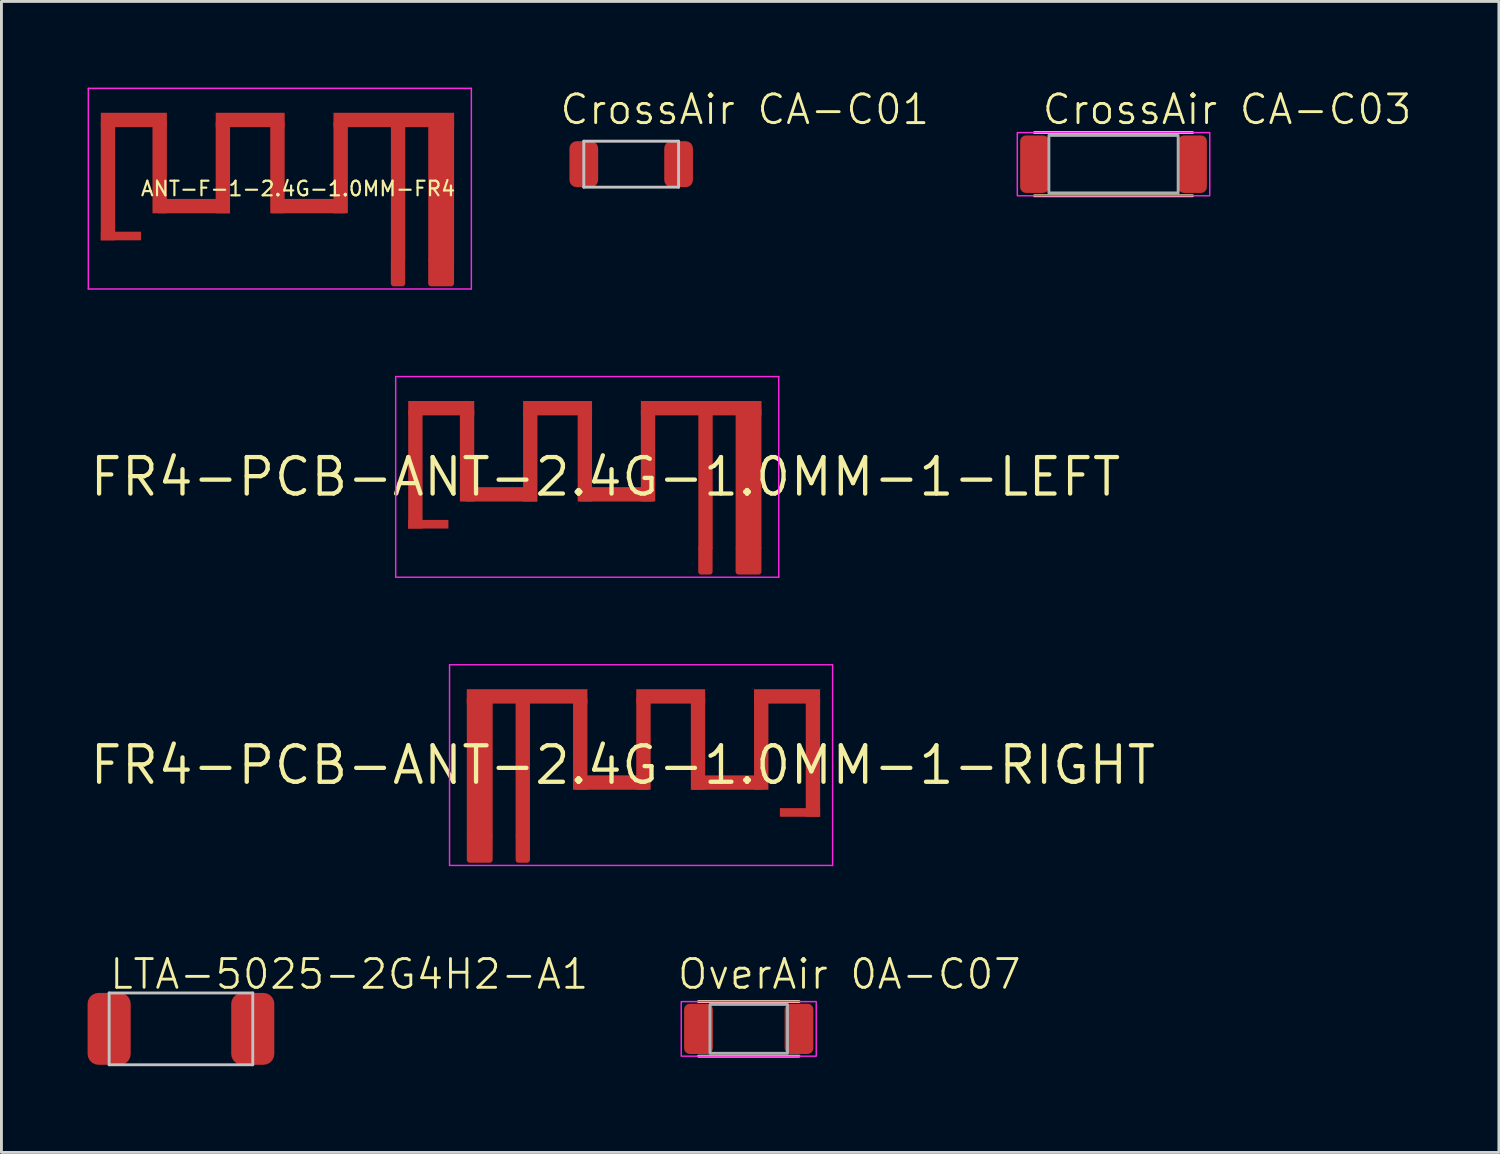
<source format=kicad_pcb>
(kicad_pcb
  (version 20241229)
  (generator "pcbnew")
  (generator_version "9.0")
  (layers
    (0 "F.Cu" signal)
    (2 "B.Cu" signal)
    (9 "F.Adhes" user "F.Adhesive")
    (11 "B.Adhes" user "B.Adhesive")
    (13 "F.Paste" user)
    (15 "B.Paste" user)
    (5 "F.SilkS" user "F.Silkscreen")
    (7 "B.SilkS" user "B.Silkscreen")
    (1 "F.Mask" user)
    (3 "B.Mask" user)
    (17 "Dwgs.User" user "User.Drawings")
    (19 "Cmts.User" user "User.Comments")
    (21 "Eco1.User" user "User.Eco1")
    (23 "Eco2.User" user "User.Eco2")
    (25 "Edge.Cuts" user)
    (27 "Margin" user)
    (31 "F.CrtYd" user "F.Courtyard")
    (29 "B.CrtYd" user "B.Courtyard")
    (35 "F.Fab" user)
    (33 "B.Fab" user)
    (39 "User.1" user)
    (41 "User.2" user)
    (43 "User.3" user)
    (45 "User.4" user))
  (footprint "ANT-F-1-2.4G-1.0MM-FR4"
    (layer "F.Cu")
    (at 6.692 3.518)
    (property "Reference" "ANT-F-1-2.4G-1.0MM-FR4" (at 0.635 0 180) (layer "F.SilkS") (effects (font (size 0.508 0.508) (thickness 0.076))))
    (attr exclude_from_pos_files allow_soldermask_bridges)
    (fp_poly (pts (xy -5.733 -2.322) (xy -6.233 -2.322) (xy -6.233 1.798) (xy -5.733 1.798)) (stroke (width 0) (type solid)) (fill yes) (layer "F.Cu"))
    (fp_poly (pts (xy -4.833 1.498) (xy -6.233 1.498) (xy -6.233 1.798) (xy -4.833 1.798)) (stroke (width 0) (type solid)) (fill yes) (layer "F.Cu"))
    (fp_poly (pts (xy -3.933 -2.322) (xy -4.433 -2.322) (xy -4.433 0.858) (xy -3.933 0.858)) (stroke (width 0) (type solid)) (fill yes) (layer "F.Cu"))
    (fp_poly (pts (xy -3.932 -2.642) (xy -6.232 -2.642) (xy -6.232 -2.142) (xy -3.932 -2.142)) (stroke (width 0) (type solid)) (fill yes) (layer "F.Cu"))
    (fp_poly (pts (xy -1.747 0.358) (xy -4.236 0.358) (xy -4.236 0.858) (xy -1.747 0.858)) (stroke (width 0) (type solid)) (fill yes) (layer "F.Cu"))
    (fp_poly (pts (xy -1.733 -2.322) (xy -2.233 -2.322) (xy -2.233 0.858) (xy -1.733 0.858)) (stroke (width 0) (type solid)) (fill yes) (layer "F.Cu"))
    (fp_poly (pts (xy 0.168 -2.322) (xy -0.333 -2.322) (xy -0.333 0.857) (xy 0.168 0.857)) (stroke (width 0) (type solid)) (fill yes) (layer "F.Cu"))
    (fp_poly (pts (xy 0.168 -2.642) (xy -2.232 -2.642) (xy -2.232 -2.142) (xy 0.168 -2.142)) (stroke (width 0) (type solid)) (fill yes) (layer "F.Cu"))
    (fp_poly (pts (xy 2.277 0.357) (xy -0.263 0.357) (xy -0.263 0.858) (xy 2.277 0.858)) (stroke (width 0) (type solid)) (fill yes) (layer "F.Cu"))
    (fp_poly (pts (xy 2.368 -2.322) (xy 1.868 -2.322) (xy 1.868 0.858) (xy 2.368 0.858)) (stroke (width 0) (type solid)) (fill yes) (layer "F.Cu"))
    (fp_poly (pts (xy 4.368 -2.373) (xy 3.868 -2.373) (xy 3.868 2.507) (xy 4.368 2.507)) (stroke (width 0) (type solid)) (fill yes) (layer "F.Cu"))
    (fp_poly (pts (xy 6.067 -2.348) (xy 5.167 -2.348) (xy 5.167 2.507) (xy 6.067 2.507)) (stroke (width 0) (type solid)) (fill yes) (layer "F.Cu"))
    (fp_poly (pts (xy 6.068 -2.642) (xy 1.868 -2.642) (xy 1.868 -2.142) (xy 6.068 -2.142)) (stroke (width 0) (type solid)) (fill yes) (layer "F.Cu"))
    (fp_poly (pts (xy -5.733 -2.322) (xy -6.232 -2.322) (xy -6.232 1.798) (xy -5.733 1.798)) (stroke (width 0) (type solid)) (fill yes) (layer "F.Mask"))
    (fp_poly (pts (xy -4.833 1.498) (xy -6.233 1.498) (xy -6.233 1.798) (xy -4.833 1.798)) (stroke (width 0) (type solid)) (fill yes) (layer "F.Mask"))
    (fp_poly (pts (xy -3.933 -2.322) (xy -4.433 -2.322) (xy -4.433 0.858) (xy -3.933 0.858)) (stroke (width 0) (type solid)) (fill yes) (layer "F.Mask"))
    (fp_poly (pts (xy -3.932 -2.642) (xy -6.232 -2.642) (xy -6.232 -2.142) (xy -3.932 -2.142)) (stroke (width 0) (type solid)) (fill yes) (layer "F.Mask"))
    (fp_poly (pts (xy -1.747 0.358) (xy -4.236 0.358) (xy -4.236 0.858) (xy -1.747 0.858)) (stroke (width 0) (type solid)) (fill yes) (layer "F.Mask"))
    (fp_poly (pts (xy -1.733 -2.322) (xy -2.233 -2.322) (xy -2.233 0.858) (xy -1.733 0.858)) (stroke (width 0) (type solid)) (fill yes) (layer "F.Mask"))
    (fp_poly (pts (xy 0.168 -2.322) (xy -0.332 -2.322) (xy -0.332 0.858) (xy 0.168 0.858)) (stroke (width 0) (type solid)) (fill yes) (layer "F.Mask"))
    (fp_poly (pts (xy 0.168 -2.642) (xy -2.232 -2.642) (xy -2.232 -2.142) (xy 0.168 -2.142)) (stroke (width 0) (type solid)) (fill yes) (layer "F.Mask"))
    (fp_poly (pts (xy 2.277 0.357) (xy -0.263 0.357) (xy -0.263 0.858) (xy 2.277 0.858)) (stroke (width 0) (type solid)) (fill yes) (layer "F.Mask"))
    (fp_poly (pts (xy 2.368 -2.322) (xy 1.868 -2.322) (xy 1.868 0.857) (xy 2.368 0.857)) (stroke (width 0) (type solid)) (fill yes) (layer "F.Mask"))
    (fp_poly (pts (xy 4.368 -2.373) (xy 3.868 -2.373) (xy 3.868 2.507) (xy 4.368 2.507)) (stroke (width 0) (type solid)) (fill yes) (layer "F.Mask"))
    (fp_poly (pts (xy 6.067 -2.348) (xy 5.167 -2.348) (xy 5.167 2.507) (xy 6.067 2.507)) (stroke (width 0) (type solid)) (fill yes) (layer "F.Mask"))
    (fp_poly (pts (xy 6.068 -2.642) (xy 1.868 -2.642) (xy 1.868 -2.142) (xy 6.068 -2.142)) (stroke (width 0) (type solid)) (fill yes) (layer "F.Mask"))
    (fp_line (start -6.668 -3.493) (end -6.668 3.493) (stroke (width 0.05) (type solid)) (layer "F.CrtYd"))
    (fp_line (start -6.668 3.493) (end 6.668 3.493) (stroke (width 0.05) (type solid)) (layer "F.CrtYd"))
    (fp_line (start 6.668 -3.493) (end -6.668 -3.493) (stroke (width 0.05) (type solid)) (layer "F.CrtYd"))
    (fp_line (start 6.668 3.493) (end 6.668 -3.493) (stroke (width 0.05) (type solid)) (layer "F.CrtYd"))
    (pad "1" smd roundrect (at 4.115 2.9 180) (size 0.5 1) (layers "F.Cu" "F.Mask" "F.Paste") (roundrect_rratio 0.2))
    (pad "2" smd roundrect (at 5.616 2.9 180) (size 0.9 1) (layers "F.Cu" "F.Mask" "F.Paste") (roundrect_rratio 0.111)))
  (footprint "LTA-5025-2G4H2-A1"
    (layer "F.Cu")
    (at 3.25 32.77)
    (property "Reference" "LTA-5025-2G4H2-A1" (at -2.54 -1.905 0) (unlocked yes) (layer "F.SilkS") (effects (font (size 1 1) (thickness 0.1)) (justify left)))
    (attr smd)
    (fp_line (start -2.5 -1.25) (end -2.5 1.25) (stroke (width 0.1) (type default)) (layer "Dwgs.User"))
    (fp_line (start -2.5 1.25) (end 2.5 1.25) (stroke (width 0.1) (type default)) (layer "Dwgs.User"))
    (fp_line (start 2.5 -1.25) (end -2.5 -1.25) (stroke (width 0.1) (type default)) (layer "Dwgs.User"))
    (fp_line (start 2.5 1.25) (end 2.5 -1.25) (stroke (width 0.1) (type default)) (layer "Dwgs.User"))
    (pad "1" smd roundrect (at -2.5 0 180) (size 1.5 2.5) (layers "F.Cu" "F.Mask" "F.Paste") (roundrect_rratio 0.25))
    (pad "2" smd roundrect (at 2.5 0) (size 1.5 2.5) (layers "F.Cu" "F.Mask" "F.Paste") (roundrect_rratio 0.25)))
  (footprint "FR4-PCB-ANT-2.4G-1.0MM-1-LEFT"
    (layer "F.Cu")
    (at 17.394 13.553)
    (property "Reference" "FR4-PCB-ANT-2.4G-1.0MM-1-LEFT" (at 0.635 0 0) (layer "F.SilkS") (effects (font (size 1.27 1.27) (thickness 0.15))))
    (attr exclude_from_pos_files exclude_from_bom allow_soldermask_bridges)
    (fp_poly (pts (xy -5.733 -2.322) (xy -6.233 -2.322) (xy -6.233 1.798) (xy -5.733 1.798)) (stroke (width 0) (type solid)) (fill yes) (layer "F.Cu"))
    (fp_poly (pts (xy -4.833 1.498) (xy -6.233 1.498) (xy -6.233 1.798) (xy -4.833 1.798)) (stroke (width 0) (type solid)) (fill yes) (layer "F.Cu"))
    (fp_poly (pts (xy -3.933 -2.322) (xy -4.433 -2.322) (xy -4.433 0.858) (xy -3.933 0.858)) (stroke (width 0) (type solid)) (fill yes) (layer "F.Cu"))
    (fp_poly (pts (xy -3.932 -2.642) (xy -6.232 -2.642) (xy -6.232 -2.142) (xy -3.932 -2.142)) (stroke (width 0) (type solid)) (fill yes) (layer "F.Cu"))
    (fp_poly (pts (xy -1.747 0.358) (xy -4.236 0.358) (xy -4.236 0.858) (xy -1.747 0.858)) (stroke (width 0) (type solid)) (fill yes) (layer "F.Cu"))
    (fp_poly (pts (xy -1.733 -2.322) (xy -2.233 -2.322) (xy -2.233 0.858) (xy -1.733 0.858)) (stroke (width 0) (type solid)) (fill yes) (layer "F.Cu"))
    (fp_poly (pts (xy 0.168 -2.322) (xy -0.333 -2.322) (xy -0.333 0.857) (xy 0.168 0.857)) (stroke (width 0) (type solid)) (fill yes) (layer "F.Cu"))
    (fp_poly (pts (xy 0.168 -2.642) (xy -2.232 -2.642) (xy -2.232 -2.142) (xy 0.168 -2.142)) (stroke (width 0) (type solid)) (fill yes) (layer "F.Cu"))
    (fp_poly (pts (xy 2.277 0.357) (xy -0.263 0.357) (xy -0.263 0.858) (xy 2.277 0.858)) (stroke (width 0) (type solid)) (fill yes) (layer "F.Cu"))
    (fp_poly (pts (xy 2.368 -2.322) (xy 1.868 -2.322) (xy 1.868 0.858) (xy 2.368 0.858)) (stroke (width 0) (type solid)) (fill yes) (layer "F.Cu"))
    (fp_poly (pts (xy 4.368 -2.373) (xy 3.868 -2.373) (xy 3.868 2.507) (xy 4.368 2.507)) (stroke (width 0) (type solid)) (fill yes) (layer "F.Cu"))
    (fp_poly (pts (xy 6.067 -2.348) (xy 5.167 -2.348) (xy 5.167 2.507) (xy 6.067 2.507)) (stroke (width 0) (type solid)) (fill yes) (layer "F.Cu"))
    (fp_poly (pts (xy 6.068 -2.642) (xy 1.868 -2.642) (xy 1.868 -2.142) (xy 6.068 -2.142)) (stroke (width 0) (type solid)) (fill yes) (layer "F.Cu"))
    (fp_poly (pts (xy -5.733 -2.322) (xy -6.232 -2.322) (xy -6.232 1.798) (xy -5.733 1.798)) (stroke (width 0) (type solid)) (fill yes) (layer "F.Mask"))
    (fp_poly (pts (xy -4.833 1.498) (xy -6.233 1.498) (xy -6.233 1.798) (xy -4.833 1.798)) (stroke (width 0) (type solid)) (fill yes) (layer "F.Mask"))
    (fp_poly (pts (xy -3.933 -2.322) (xy -4.433 -2.322) (xy -4.433 0.858) (xy -3.933 0.858)) (stroke (width 0) (type solid)) (fill yes) (layer "F.Mask"))
    (fp_poly (pts (xy -3.932 -2.642) (xy -6.232 -2.642) (xy -6.232 -2.142) (xy -3.932 -2.142)) (stroke (width 0) (type solid)) (fill yes) (layer "F.Mask"))
    (fp_poly (pts (xy -1.747 0.358) (xy -4.236 0.358) (xy -4.236 0.858) (xy -1.747 0.858)) (stroke (width 0) (type solid)) (fill yes) (layer "F.Mask"))
    (fp_poly (pts (xy -1.733 -2.322) (xy -2.233 -2.322) (xy -2.233 0.858) (xy -1.733 0.858)) (stroke (width 0) (type solid)) (fill yes) (layer "F.Mask"))
    (fp_poly (pts (xy 0.168 -2.322) (xy -0.332 -2.322) (xy -0.332 0.858) (xy 0.168 0.858)) (stroke (width 0) (type solid)) (fill yes) (layer "F.Mask"))
    (fp_poly (pts (xy 0.168 -2.642) (xy -2.232 -2.642) (xy -2.232 -2.142) (xy 0.168 -2.142)) (stroke (width 0) (type solid)) (fill yes) (layer "F.Mask"))
    (fp_poly (pts (xy 2.277 0.357) (xy -0.263 0.357) (xy -0.263 0.858) (xy 2.277 0.858)) (stroke (width 0) (type solid)) (fill yes) (layer "F.Mask"))
    (fp_poly (pts (xy 2.368 -2.322) (xy 1.868 -2.322) (xy 1.868 0.857) (xy 2.368 0.857)) (stroke (width 0) (type solid)) (fill yes) (layer "F.Mask"))
    (fp_poly (pts (xy 4.368 -2.373) (xy 3.868 -2.373) (xy 3.868 2.507) (xy 4.368 2.507)) (stroke (width 0) (type solid)) (fill yes) (layer "F.Mask"))
    (fp_poly (pts (xy 6.067 -2.348) (xy 5.167 -2.348) (xy 5.167 2.507) (xy 6.067 2.507)) (stroke (width 0) (type solid)) (fill yes) (layer "F.Mask"))
    (fp_poly (pts (xy 6.068 -2.642) (xy 1.868 -2.642) (xy 1.868 -2.142) (xy 6.068 -2.142)) (stroke (width 0) (type solid)) (fill yes) (layer "F.Mask"))
    (fp_line (start -6.668 -3.493) (end -6.668 3.493) (stroke (width 0.05) (type solid)) (layer "F.CrtYd"))
    (fp_line (start -6.668 3.493) (end 6.668 3.493) (stroke (width 0.05) (type solid)) (layer "F.CrtYd"))
    (fp_line (start 6.668 -3.493) (end -6.668 -3.493) (stroke (width 0.05) (type solid)) (layer "F.CrtYd"))
    (fp_line (start 6.668 3.493) (end 6.668 -3.493) (stroke (width 0.05) (type solid)) (layer "F.CrtYd"))
    (pad "1" smd roundrect (at 4.115 2.9 180) (size 0.5 1) (layers "F.Cu" "F.Mask" "F.Paste") (roundrect_rratio 0.2))
    (pad "2" smd roundrect (at 5.616 2.9 180) (size 0.9 1) (layers "F.Cu" "F.Mask" "F.Paste") (roundrect_rratio 0.111)))
  (footprint "CrossAir CA-C01"
    (layer "F.Cu")
    (at 18.925 2.666)
    (property "Reference" "CrossAir CA-C01" (at -2.54 -1.905 0) (unlocked yes) (layer "F.SilkS") (effects (font (size 1 1) (thickness 0.1)) (justify left)))
    (attr smd)
    (fp_line (start -1.65 -0.8) (end -1.65 0.8) (stroke (width 0.1) (type default)) (layer "Dwgs.User"))
    (fp_line (start -1.65 0.8) (end 1.65 0.8) (stroke (width 0.1) (type default)) (layer "Dwgs.User"))
    (fp_line (start 1.65 -0.8) (end -1.65 -0.8) (stroke (width 0.1) (type default)) (layer "Dwgs.User"))
    (fp_line (start 1.65 0.8) (end 1.65 -0.8) (stroke (width 0.1) (type default)) (layer "Dwgs.User"))
    (pad "1" smd roundrect (at -1.65 0 180) (size 1 1.6) (layers "F.Cu" "F.Mask" "F.Paste") (roundrect_rratio 0.25))
    (pad "2" smd roundrect (at 1.65 0) (size 1 1.6) (layers "F.Cu" "F.Mask" "F.Paste") (roundrect_rratio 0.25)))
  (footprint "OverAir 0A-C07"
    (layer "F.Cu")
    (at 23.017 32.77)
    (property "Reference" "OverAir 0A-C07" (at -2.54 -1.905 0) (unlocked yes) (layer "F.SilkS") (effects (font (size 1 1) (thickness 0.1)) (justify left)))
    (attr smd)
    (fp_line (start -1.75 -0.95) (end 1.75 -0.95) (stroke (width 0.1) (type default)) (layer "F.SilkS"))
    (fp_line (start -1.75 0.95) (end 1.75 0.95) (stroke (width 0.1) (type default)) (layer "F.SilkS"))
    (fp_rect (start -2.35 -0.95) (end 2.35 0.95) (stroke (width 0.05) (type default)) (fill no) (layer "F.CrtYd"))
    (fp_rect (start -1.35 -0.85) (end 1.35 0.85) (stroke (width 0.1) (type default)) (fill no) (layer "F.Fab"))
    (pad "1" smd roundrect (at -1.75 0 180) (size 1 1.75) (layers "F.Cu" "F.Mask" "F.Paste") (roundrect_rratio 0.2))
    (pad "2" smd roundrect (at 1.75 0) (size 1 1.75) (layers "F.Cu" "F.Mask" "F.Paste") (roundrect_rratio 0.2)))
  (footprint "FR4-PCB-ANT-2.4G-1.0MM-1-RIGHT"
    (layer "F.Cu")
    (at 19.269 23.587)
    (property "Reference" "FR4-PCB-ANT-2.4G-1.0MM-1-RIGHT" (at -0.635 0 0) (layer "F.SilkS") (effects (font (size 1.27 1.27) (thickness 0.15))))
    (attr exclude_from_pos_files exclude_from_bom allow_soldermask_bridges)
    (fp_poly (pts (xy -6.068 -2.642) (xy -1.868 -2.642) (xy -1.868 -2.142) (xy -6.068 -2.142)) (stroke (width 0) (type solid)) (fill yes) (layer "F.Cu"))
    (fp_poly (pts (xy -6.067 -2.348) (xy -5.167 -2.348) (xy -5.167 2.507) (xy -6.067 2.507)) (stroke (width 0) (type solid)) (fill yes) (layer "F.Cu"))
    (fp_poly (pts (xy -4.368 -2.373) (xy -3.868 -2.373) (xy -3.868 2.507) (xy -4.368 2.507)) (stroke (width 0) (type solid)) (fill yes) (layer "F.Cu"))
    (fp_poly (pts (xy -2.368 -2.322) (xy -1.868 -2.322) (xy -1.868 0.858) (xy -2.368 0.858)) (stroke (width 0) (type solid)) (fill yes) (layer "F.Cu"))
    (fp_poly (pts (xy -2.277 0.357) (xy 0.263 0.357) (xy 0.263 0.858) (xy -2.277 0.858)) (stroke (width 0) (type solid)) (fill yes) (layer "F.Cu"))
    (fp_poly (pts (xy -0.168 -2.642) (xy 2.232 -2.642) (xy 2.232 -2.142) (xy -0.168 -2.142)) (stroke (width 0) (type solid)) (fill yes) (layer "F.Cu"))
    (fp_poly (pts (xy -0.168 -2.322) (xy 0.333 -2.322) (xy 0.333 0.857) (xy -0.168 0.857)) (stroke (width 0) (type solid)) (fill yes) (layer "F.Cu"))
    (fp_poly (pts (xy 1.733 -2.322) (xy 2.233 -2.322) (xy 2.233 0.858) (xy 1.733 0.858)) (stroke (width 0) (type solid)) (fill yes) (layer "F.Cu"))
    (fp_poly (pts (xy 1.747 0.358) (xy 4.236 0.358) (xy 4.236 0.858) (xy 1.747 0.858)) (stroke (width 0) (type solid)) (fill yes) (layer "F.Cu"))
    (fp_poly (pts (xy 3.932 -2.642) (xy 6.232 -2.642) (xy 6.232 -2.142) (xy 3.932 -2.142)) (stroke (width 0) (type solid)) (fill yes) (layer "F.Cu"))
    (fp_poly (pts (xy 3.933 -2.322) (xy 4.433 -2.322) (xy 4.433 0.858) (xy 3.933 0.858)) (stroke (width 0) (type solid)) (fill yes) (layer "F.Cu"))
    (fp_poly (pts (xy 4.833 1.498) (xy 6.233 1.498) (xy 6.233 1.798) (xy 4.833 1.798)) (stroke (width 0) (type solid)) (fill yes) (layer "F.Cu"))
    (fp_poly (pts (xy 5.733 -2.322) (xy 6.233 -2.322) (xy 6.233 1.798) (xy 5.733 1.798)) (stroke (width 0) (type solid)) (fill yes) (layer "F.Cu"))
    (fp_poly (pts (xy -6.068 -2.642) (xy -1.868 -2.642) (xy -1.868 -2.142) (xy -6.068 -2.142)) (stroke (width 0) (type solid)) (fill yes) (layer "F.Mask"))
    (fp_poly (pts (xy -6.067 -2.348) (xy -5.167 -2.348) (xy -5.167 2.507) (xy -6.067 2.507)) (stroke (width 0) (type solid)) (fill yes) (layer "F.Mask"))
    (fp_poly (pts (xy -4.368 -2.373) (xy -3.868 -2.373) (xy -3.868 2.507) (xy -4.368 2.507)) (stroke (width 0) (type solid)) (fill yes) (layer "F.Mask"))
    (fp_poly (pts (xy -2.368 -2.322) (xy -1.868 -2.322) (xy -1.868 0.857) (xy -2.368 0.857)) (stroke (width 0) (type solid)) (fill yes) (layer "F.Mask"))
    (fp_poly (pts (xy -2.277 0.357) (xy 0.263 0.357) (xy 0.263 0.858) (xy -2.277 0.858)) (stroke (width 0) (type solid)) (fill yes) (layer "F.Mask"))
    (fp_poly (pts (xy -0.168 -2.642) (xy 2.232 -2.642) (xy 2.232 -2.142) (xy -0.168 -2.142)) (stroke (width 0) (type solid)) (fill yes) (layer "F.Mask"))
    (fp_poly (pts (xy -0.168 -2.322) (xy 0.332 -2.322) (xy 0.332 0.858) (xy -0.168 0.858)) (stroke (width 0) (type solid)) (fill yes) (layer "F.Mask"))
    (fp_poly (pts (xy 1.733 -2.322) (xy 2.233 -2.322) (xy 2.233 0.858) (xy 1.733 0.858)) (stroke (width 0) (type solid)) (fill yes) (layer "F.Mask"))
    (fp_poly (pts (xy 1.747 0.358) (xy 4.236 0.358) (xy 4.236 0.858) (xy 1.747 0.858)) (stroke (width 0) (type solid)) (fill yes) (layer "F.Mask"))
    (fp_poly (pts (xy 3.932 -2.642) (xy 6.232 -2.642) (xy 6.232 -2.142) (xy 3.932 -2.142)) (stroke (width 0) (type solid)) (fill yes) (layer "F.Mask"))
    (fp_poly (pts (xy 3.933 -2.322) (xy 4.433 -2.322) (xy 4.433 0.858) (xy 3.933 0.858)) (stroke (width 0) (type solid)) (fill yes) (layer "F.Mask"))
    (fp_poly (pts (xy 4.833 1.498) (xy 6.233 1.498) (xy 6.233 1.798) (xy 4.833 1.798)) (stroke (width 0) (type solid)) (fill yes) (layer "F.Mask"))
    (fp_poly (pts (xy 5.733 -2.322) (xy 6.232 -2.322) (xy 6.232 1.798) (xy 5.733 1.798)) (stroke (width 0) (type solid)) (fill yes) (layer "F.Mask"))
    (fp_line (start -6.668 -3.493) (end 6.668 -3.493) (stroke (width 0.05) (type solid)) (layer "F.CrtYd"))
    (fp_line (start -6.668 3.493) (end -6.668 -3.493) (stroke (width 0.05) (type solid)) (layer "F.CrtYd"))
    (fp_line (start 6.668 -3.493) (end 6.668 3.493) (stroke (width 0.05) (type solid)) (layer "F.CrtYd"))
    (fp_line (start 6.668 3.493) (end -6.668 3.493) (stroke (width 0.05) (type solid)) (layer "F.CrtYd"))
    (pad "1" smd roundrect (at -4.118 2.9 180) (size 0.5 1) (layers "F.Cu" "F.Mask" "F.Paste") (roundrect_rratio 0.2))
    (pad "2" smd roundrect (at -5.617 2.9 180) (size 0.9 1) (layers "F.Cu" "F.Mask" "F.Paste") (roundrect_rratio 0.111)))
  (footprint "CrossAir CA-C03"
    (layer "F.Cu")
    (at 35.717 2.666)
    (property "Reference" "CrossAir CA-C03" (at -2.54 -1.905 0) (unlocked yes) (layer "F.SilkS") (effects (font (size 1 1) (thickness 0.1)) (justify left)))
    (attr smd)
    (fp_line (start -2.75 -1.1) (end 2.75 -1.1) (stroke (width 0.1) (type default)) (layer "F.SilkS"))
    (fp_line (start 2.75 1.1) (end -2.75 1.1) (stroke (width 0.1) (type default)) (layer "F.SilkS"))
    (fp_rect (start -3.35 -1.1) (end 3.35 1.1) (stroke (width 0.05) (type default)) (fill no) (layer "F.CrtYd"))
    (fp_rect (start -2.25 -1) (end 2.25 1) (stroke (width 0.1) (type default)) (fill no) (layer "F.Fab"))
    (pad "1" smd roundrect (at -2.75 0 180) (size 1 2) (layers "F.Cu" "F.Mask" "F.Paste") (roundrect_rratio 0.2))
    (pad "2" smd roundrect (at 2.75 0) (size 1 2) (layers "F.Cu" "F.Mask" "F.Paste") (roundrect_rratio 0.2)))
  (gr_rect
    (start -3 -3)
    (end 49.134 37.071)
    (stroke (width 0.1) (type default))
    (fill no)
    (layer "Edge.Cuts")))
</source>
